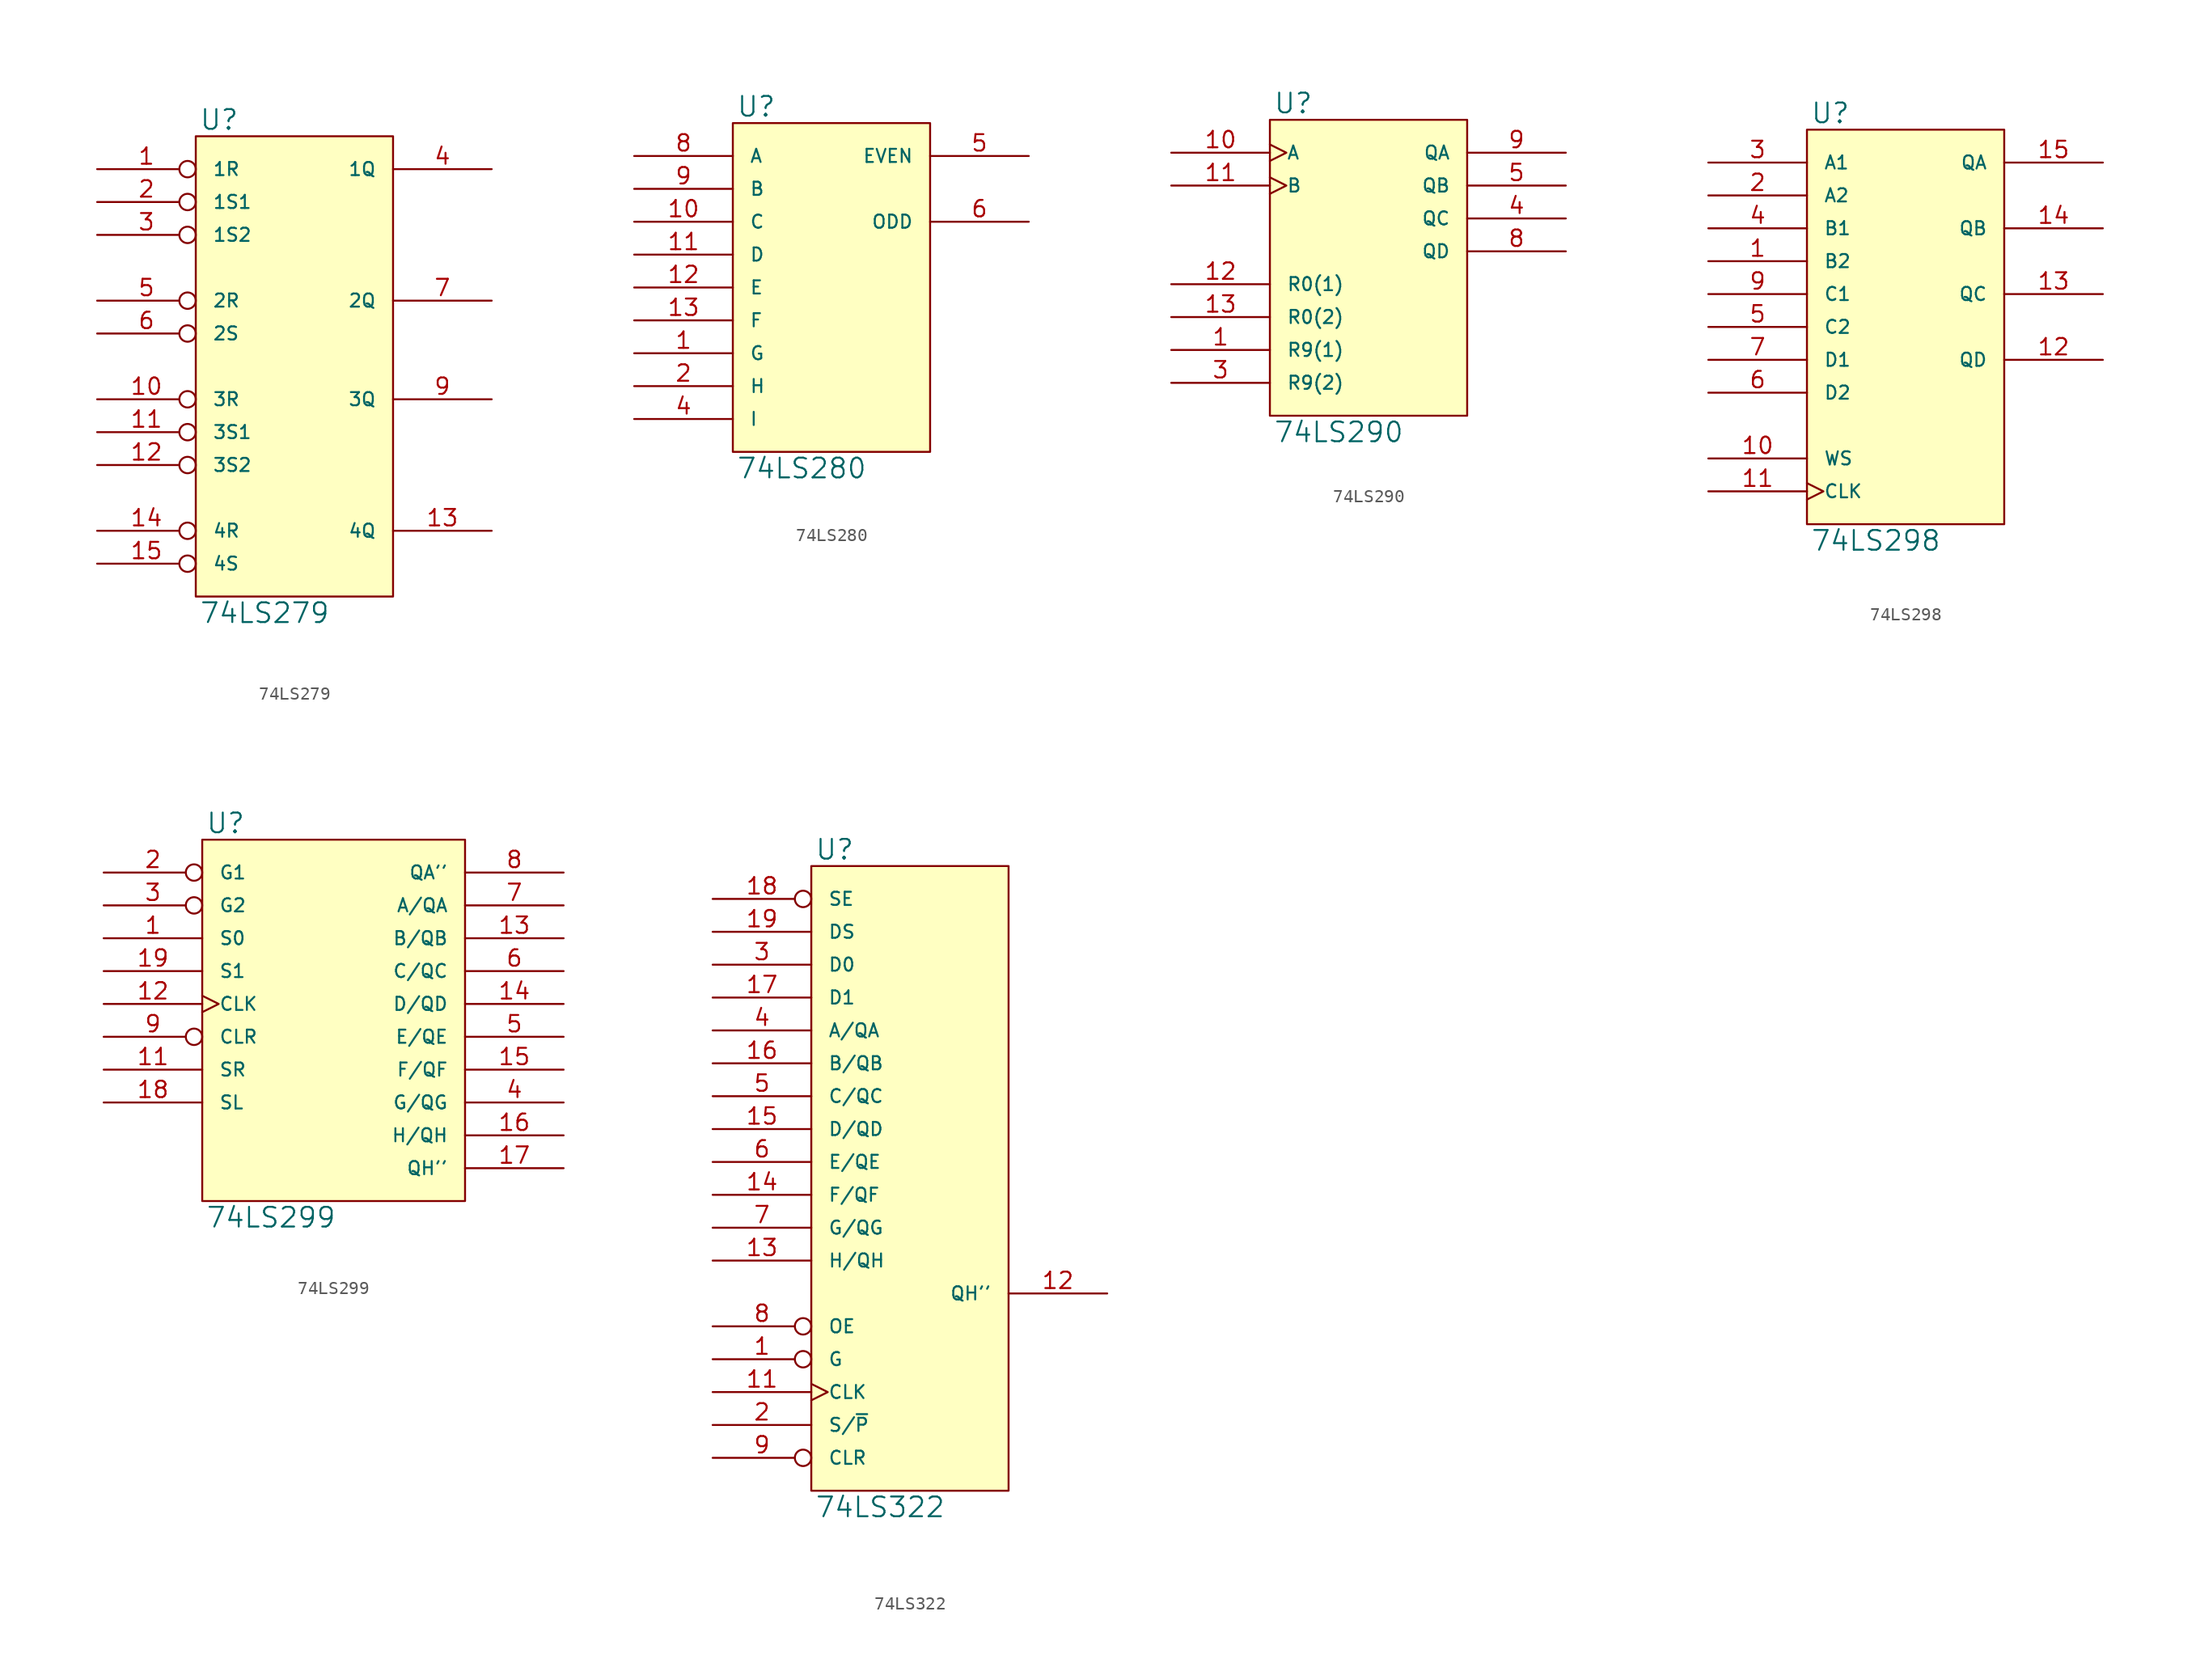
<source format=kicad_sym>
(kicad_symbol_lib
  (version 20231120)
  (generator "kicad_symbol_editor")
  (generator_version "8.0")
  (symbol "74LS279"
    (pin_names
      (offset 1.27))
    (property "Reference" "U"
      (at 0.254 0.381 0)
      (effects (font (size 1.524 1.524)) (justify left bottom)))
    (property "Value" "74LS279"
      (at 0.254 -35.941 0)
      (effects (font (size 1.524 1.524)) (justify left top)))
    (symbol "74LS279_0_1"
      (rectangle (start 0 0) (end 15.24 -35.56) (stroke (width 0) (type solid)) (fill (type background))))
    (symbol "74LS279_1_1"
      (pin input inverted (at -7.62 -2.54 0) (length 7.62) (name "1R" (effects (font (size 1.016 1.016)))) (number "1" (effects (font (size 1.27 1.27)))))
      (pin input inverted (at -7.62 -20.32 0) (length 7.62) (name "3R" (effects (font (size 1.016 1.016)))) (number "10" (effects (font (size 1.27 1.27)))))
      (pin input inverted (at -7.62 -22.86 0) (length 7.62) (name "3S1" (effects (font (size 1.016 1.016)))) (number "11" (effects (font (size 1.27 1.27)))))
      (pin input inverted (at -7.62 -25.4 0) (length 7.62) (name "3S2" (effects (font (size 1.016 1.016)))) (number "12" (effects (font (size 1.27 1.27)))))
      (pin output line (at 22.86 -30.48 180) (length 7.62) (name "4Q" (effects (font (size 1.016 1.016)))) (number "13" (effects (font (size 1.27 1.27)))))
      (pin input inverted (at -7.62 -30.48 0) (length 7.62) (name "4R" (effects (font (size 1.016 1.016)))) (number "14" (effects (font (size 1.27 1.27)))))
      (pin input inverted (at -7.62 -33.02 0) (length 7.62) (name "4S" (effects (font (size 1.016 1.016)))) (number "15" (effects (font (size 1.27 1.27)))))
      (pin power_in line (at 0 0 270) (length 0) hide (name "VCC" (effects (font (size 1.016 1.016)))) (number "16" (effects (font (size 1.27 1.27)))))
      (pin input inverted (at -7.62 -5.08 0) (length 7.62) (name "1S1" (effects (font (size 1.016 1.016)))) (number "2" (effects (font (size 1.27 1.27)))))
      (pin input inverted (at -7.62 -7.62 0) (length 7.62) (name "1S2" (effects (font (size 1.016 1.016)))) (number "3" (effects (font (size 1.27 1.27)))))
      (pin output line (at 22.86 -2.54 180) (length 7.62) (name "1Q" (effects (font (size 1.016 1.016)))) (number "4" (effects (font (size 1.27 1.27)))))
      (pin input inverted (at -7.62 -12.7 0) (length 7.62) (name "2R" (effects (font (size 1.016 1.016)))) (number "5" (effects (font (size 1.27 1.27)))))
      (pin input inverted (at -7.62 -15.24 0) (length 7.62) (name "2S" (effects (font (size 1.016 1.016)))) (number "6" (effects (font (size 1.27 1.27)))))
      (pin output line (at 22.86 -12.7 180) (length 7.62) (name "2Q" (effects (font (size 1.016 1.016)))) (number "7" (effects (font (size 1.27 1.27)))))
      (pin power_in line (at 0 -35.56 90) (length 0) hide (name "GND" (effects (font (size 1.016 1.016)))) (number "8" (effects (font (size 1.27 1.27)))))
      (pin output line (at 22.86 -20.32 180) (length 7.62) (name "3Q" (effects (font (size 1.016 1.016)))) (number "9" (effects (font (size 1.27 1.27)))))))
  (symbol "74LS280"
    (pin_names
      (offset 1.27))
    (property "Reference" "U"
      (at 0.254 0.381 0)
      (effects (font (size 1.524 1.524)) (justify left bottom)))
    (property "Value" "74LS280"
      (at 0.254 -25.781 0)
      (effects (font (size 1.524 1.524)) (justify left top)))
    (symbol "74LS280_0_1"
      (rectangle (start 0 0) (end 15.24 -25.4) (stroke (width 0) (type solid)) (fill (type background))))
    (symbol "74LS280_1_1"
      (pin input line (at -7.62 -17.78 0) (length 7.62) (name "G" (effects (font (size 1.016 1.016)))) (number "1" (effects (font (size 1.27 1.27)))))
      (pin input line (at -7.62 -7.62 0) (length 7.62) (name "C" (effects (font (size 1.016 1.016)))) (number "10" (effects (font (size 1.27 1.27)))))
      (pin input line (at -7.62 -10.16 0) (length 7.62) (name "D" (effects (font (size 1.016 1.016)))) (number "11" (effects (font (size 1.27 1.27)))))
      (pin input line (at -7.62 -12.7 0) (length 7.62) (name "E" (effects (font (size 1.016 1.016)))) (number "12" (effects (font (size 1.27 1.27)))))
      (pin input line (at -7.62 -15.24 0) (length 7.62) (name "F" (effects (font (size 1.016 1.016)))) (number "13" (effects (font (size 1.27 1.27)))))
      (pin power_in line (at 0 0 270) (length 0) hide (name "VCC" (effects (font (size 1.016 1.016)))) (number "14" (effects (font (size 1.27 1.27)))))
      (pin input line (at -7.62 -20.32 0) (length 7.62) (name "H" (effects (font (size 1.016 1.016)))) (number "2" (effects (font (size 1.27 1.27)))))
      (pin input line (at -7.62 -22.86 0) (length 7.62) (name "I" (effects (font (size 1.016 1.016)))) (number "4" (effects (font (size 1.27 1.27)))))
      (pin output line (at 22.86 -2.54 180) (length 7.62) (name "EVEN" (effects (font (size 1.016 1.016)))) (number "5" (effects (font (size 1.27 1.27)))))
      (pin output line (at 22.86 -7.62 180) (length 7.62) (name "ODD" (effects (font (size 1.016 1.016)))) (number "6" (effects (font (size 1.27 1.27)))))
      (pin power_in line (at 0 -25.4 90) (length 0) hide (name "GND" (effects (font (size 1.016 1.016)))) (number "7" (effects (font (size 1.27 1.27)))))
      (pin input line (at -7.62 -2.54 0) (length 7.62) (name "A" (effects (font (size 1.016 1.016)))) (number "8" (effects (font (size 1.27 1.27)))))
      (pin input line (at -7.62 -5.08 0) (length 7.62) (name "B" (effects (font (size 1.016 1.016)))) (number "9" (effects (font (size 1.27 1.27)))))))
  (symbol "74LS290"
    (pin_names
      (offset 1.27))
    (property "Reference" "U"
      (at 0.254 0.381 0)
      (effects (font (size 1.524 1.524)) (justify left bottom)))
    (property "Value" "74LS290"
      (at 0.254 -23.241 0)
      (effects (font (size 1.524 1.524)) (justify left top)))
    (symbol "74LS290_0_1"
      (rectangle (start 0 0) (end 15.24 -22.86) (stroke (width 0) (type solid)) (fill (type background))))
    (symbol "74LS290_1_1"
      (pin input line (at -7.62 -17.78 0) (length 7.62) (name "R9(1)" (effects (font (size 1.016 1.016)))) (number "1" (effects (font (size 1.27 1.27)))))
      (pin input clock (at -7.62 -2.54 0) (length 7.62) (name "A" (effects (font (size 1.016 1.016)))) (number "10" (effects (font (size 1.27 1.27)))))
      (pin input clock (at -7.62 -5.08 0) (length 7.62) (name "B" (effects (font (size 1.016 1.016)))) (number "11" (effects (font (size 1.27 1.27)))))
      (pin input line (at -7.62 -12.7 0) (length 7.62) (name "R0(1)" (effects (font (size 1.016 1.016)))) (number "12" (effects (font (size 1.27 1.27)))))
      (pin input line (at -7.62 -15.24 0) (length 7.62) (name "R0(2)" (effects (font (size 1.016 1.016)))) (number "13" (effects (font (size 1.27 1.27)))))
      (pin power_in line (at 0 0 270) (length 0) hide (name "VCC" (effects (font (size 1.016 1.016)))) (number "14" (effects (font (size 1.27 1.27)))))
      (pin input line (at -7.62 -20.32 0) (length 7.62) (name "R9(2)" (effects (font (size 1.016 1.016)))) (number "3" (effects (font (size 1.27 1.27)))))
      (pin output line (at 22.86 -7.62 180) (length 7.62) (name "QC" (effects (font (size 1.016 1.016)))) (number "4" (effects (font (size 1.27 1.27)))))
      (pin output line (at 22.86 -5.08 180) (length 7.62) (name "QB" (effects (font (size 1.016 1.016)))) (number "5" (effects (font (size 1.27 1.27)))))
      (pin power_in line (at 0 -22.86 90) (length 0) hide (name "GND" (effects (font (size 1.016 1.016)))) (number "7" (effects (font (size 1.27 1.27)))))
      (pin output line (at 22.86 -10.16 180) (length 7.62) (name "QD" (effects (font (size 1.016 1.016)))) (number "8" (effects (font (size 1.27 1.27)))))
      (pin output line (at 22.86 -2.54 180) (length 7.62) (name "QA" (effects (font (size 1.016 1.016)))) (number "9" (effects (font (size 1.27 1.27)))))))
  (symbol "74LS298"
    (pin_names
      (offset 1.27))
    (property "Reference" "U"
      (at 0.254 0.381 0)
      (effects (font (size 1.524 1.524)) (justify left bottom)))
    (property "Value" "74LS298"
      (at 0.254 -30.861 0)
      (effects (font (size 1.524 1.524)) (justify left top)))
    (symbol "74LS298_0_1"
      (rectangle (start 0 0) (end 15.24 -30.48) (stroke (width 0) (type solid)) (fill (type background))))
    (symbol "74LS298_1_1"
      (pin input line (at -7.62 -10.16 0) (length 7.62) (name "B2" (effects (font (size 1.016 1.016)))) (number "1" (effects (font (size 1.27 1.27)))))
      (pin input line (at -7.62 -25.4 0) (length 7.62) (name "WS" (effects (font (size 1.016 1.016)))) (number "10" (effects (font (size 1.27 1.27)))))
      (pin input clock (at -7.62 -27.94 0) (length 7.62) (name "CLK" (effects (font (size 1.016 1.016)))) (number "11" (effects (font (size 1.27 1.27)))))
      (pin output line (at 22.86 -17.78 180) (length 7.62) (name "QD" (effects (font (size 1.016 1.016)))) (number "12" (effects (font (size 1.27 1.27)))))
      (pin output line (at 22.86 -12.7 180) (length 7.62) (name "QC" (effects (font (size 1.016 1.016)))) (number "13" (effects (font (size 1.27 1.27)))))
      (pin output line (at 22.86 -7.62 180) (length 7.62) (name "QB" (effects (font (size 1.016 1.016)))) (number "14" (effects (font (size 1.27 1.27)))))
      (pin output line (at 22.86 -2.54 180) (length 7.62) (name "QA" (effects (font (size 1.016 1.016)))) (number "15" (effects (font (size 1.27 1.27)))))
      (pin power_in line (at 0 0 270) (length 0) hide (name "VCC" (effects (font (size 1.016 1.016)))) (number "16" (effects (font (size 1.27 1.27)))))
      (pin input line (at -7.62 -5.08 0) (length 7.62) (name "A2" (effects (font (size 1.016 1.016)))) (number "2" (effects (font (size 1.27 1.27)))))
      (pin input line (at -7.62 -2.54 0) (length 7.62) (name "A1" (effects (font (size 1.016 1.016)))) (number "3" (effects (font (size 1.27 1.27)))))
      (pin input line (at -7.62 -7.62 0) (length 7.62) (name "B1" (effects (font (size 1.016 1.016)))) (number "4" (effects (font (size 1.27 1.27)))))
      (pin input line (at -7.62 -15.24 0) (length 7.62) (name "C2" (effects (font (size 1.016 1.016)))) (number "5" (effects (font (size 1.27 1.27)))))
      (pin input line (at -7.62 -20.32 0) (length 7.62) (name "D2" (effects (font (size 1.016 1.016)))) (number "6" (effects (font (size 1.27 1.27)))))
      (pin input line (at -7.62 -17.78 0) (length 7.62) (name "D1" (effects (font (size 1.016 1.016)))) (number "7" (effects (font (size 1.27 1.27)))))
      (pin power_in line (at 0 -30.48 90) (length 0) hide (name "GND" (effects (font (size 1.016 1.016)))) (number "8" (effects (font (size 1.27 1.27)))))
      (pin input line (at -7.62 -12.7 0) (length 7.62) (name "C1" (effects (font (size 1.016 1.016)))) (number "9" (effects (font (size 1.27 1.27)))))))
  (symbol "74LS299"
    (pin_names
      (offset 1.27))
    (property "Reference" "U"
      (at 0.254 0.381 0)
      (effects (font (size 1.524 1.524)) (justify left bottom)))
    (property "Value" "74LS299"
      (at 0.254 -28.321 0)
      (effects (font (size 1.524 1.524)) (justify left top)))
    (symbol "74LS299_0_1"
      (rectangle (start 0 0) (end 20.32 -27.94) (stroke (width 0) (type solid)) (fill (type background))))
    (symbol "74LS299_1_1"
      (pin input line (at -7.62 -7.62 0) (length 7.62) (name "S0" (effects (font (size 1.016 1.016)))) (number "1" (effects (font (size 1.27 1.27)))))
      (pin power_in line (at 0 -27.94 90) (length 0) hide (name "GND" (effects (font (size 1.016 1.016)))) (number "10" (effects (font (size 1.27 1.27)))))
      (pin input line (at -7.62 -17.78 0) (length 7.62) (name "SR" (effects (font (size 1.016 1.016)))) (number "11" (effects (font (size 1.27 1.27)))))
      (pin input clock (at -7.62 -12.7 0) (length 7.62) (name "CLK" (effects (font (size 1.016 1.016)))) (number "12" (effects (font (size 1.27 1.27)))))
      (pin bidirectional line (at 27.94 -7.62 180) (length 7.62) (name "B/QB" (effects (font (size 1.016 1.016)))) (number "13" (effects (font (size 1.27 1.27)))))
      (pin bidirectional line (at 27.94 -12.7 180) (length 7.62) (name "D/QD" (effects (font (size 1.016 1.016)))) (number "14" (effects (font (size 1.27 1.27)))))
      (pin bidirectional line (at 27.94 -17.78 180) (length 7.62) (name "F/QF" (effects (font (size 1.016 1.016)))) (number "15" (effects (font (size 1.27 1.27)))))
      (pin bidirectional line (at 27.94 -22.86 180) (length 7.62) (name "H/QH" (effects (font (size 1.016 1.016)))) (number "16" (effects (font (size 1.27 1.27)))))
      (pin output line (at 27.94 -25.4 180) (length 7.62) (name "QH''" (effects (font (size 1.016 1.016)))) (number "17" (effects (font (size 1.27 1.27)))))
      (pin input line (at -7.62 -20.32 0) (length 7.62) (name "SL" (effects (font (size 1.016 1.016)))) (number "18" (effects (font (size 1.27 1.27)))))
      (pin input line (at -7.62 -10.16 0) (length 7.62) (name "S1" (effects (font (size 1.016 1.016)))) (number "19" (effects (font (size 1.27 1.27)))))
      (pin input inverted (at -7.62 -2.54 0) (length 7.62) (name "G1" (effects (font (size 1.016 1.016)))) (number "2" (effects (font (size 1.27 1.27)))))
      (pin power_in line (at 0 0 270) (length 0) hide (name "VCC" (effects (font (size 1.016 1.016)))) (number "20" (effects (font (size 1.27 1.27)))))
      (pin input inverted (at -7.62 -5.08 0) (length 7.62) (name "G2" (effects (font (size 1.016 1.016)))) (number "3" (effects (font (size 1.27 1.27)))))
      (pin bidirectional line (at 27.94 -20.32 180) (length 7.62) (name "G/QG" (effects (font (size 1.016 1.016)))) (number "4" (effects (font (size 1.27 1.27)))))
      (pin bidirectional line (at 27.94 -15.24 180) (length 7.62) (name "E/QE" (effects (font (size 1.016 1.016)))) (number "5" (effects (font (size 1.27 1.27)))))
      (pin bidirectional line (at 27.94 -10.16 180) (length 7.62) (name "C/QC" (effects (font (size 1.016 1.016)))) (number "6" (effects (font (size 1.27 1.27)))))
      (pin bidirectional line (at 27.94 -5.08 180) (length 7.62) (name "A/QA" (effects (font (size 1.016 1.016)))) (number "7" (effects (font (size 1.27 1.27)))))
      (pin output line (at 27.94 -2.54 180) (length 7.62) (name "QA''" (effects (font (size 1.016 1.016)))) (number "8" (effects (font (size 1.27 1.27)))))
      (pin input inverted (at -7.62 -15.24 0) (length 7.62) (name "CLR" (effects (font (size 1.016 1.016)))) (number "9" (effects (font (size 1.27 1.27)))))))
  (symbol "74LS322"
    (pin_names
      (offset 1.27))
    (property "Reference" "U"
      (at 0.254 0.381 0)
      (effects (font (size 1.524 1.524)) (justify left bottom)))
    (property "Value" "74LS322"
      (at 0.254 -48.641 0)
      (effects (font (size 1.524 1.524)) (justify left top)))
    (symbol "74LS322_0_1"
      (rectangle (start 0 0) (end 15.24 -48.26) (stroke (width 0) (type solid)) (fill (type background))))
    (symbol "74LS322_1_1"
      (pin input inverted (at -7.62 -38.1 0) (length 7.62) (name "G" (effects (font (size 1.016 1.016)))) (number "1" (effects (font (size 1.27 1.27)))))
      (pin power_in line (at 0 -48.26 90) (length 0) hide (name "GND" (effects (font (size 1.016 1.016)))) (number "10" (effects (font (size 1.27 1.27)))))
      (pin input clock (at -7.62 -40.64 0) (length 7.62) (name "CLK" (effects (font (size 1.016 1.016)))) (number "11" (effects (font (size 1.27 1.27)))))
      (pin tri_state line (at 22.86 -33.02 180) (length 7.62) (name "QH''" (effects (font (size 1.016 1.016)))) (number "12" (effects (font (size 1.27 1.27)))))
      (pin bidirectional line (at -7.62 -30.48 0) (length 7.62) (name "H/QH" (effects (font (size 1.016 1.016)))) (number "13" (effects (font (size 1.27 1.27)))))
      (pin bidirectional line (at -7.62 -25.4 0) (length 7.62) (name "F/QF" (effects (font (size 1.016 1.016)))) (number "14" (effects (font (size 1.27 1.27)))))
      (pin input line (at -7.62 -20.32 0) (length 7.62) (name "D/QD" (effects (font (size 1.016 1.016)))) (number "15" (effects (font (size 1.27 1.27)))))
      (pin bidirectional line (at -7.62 -15.24 0) (length 7.62) (name "B/QB" (effects (font (size 1.016 1.016)))) (number "16" (effects (font (size 1.27 1.27)))))
      (pin input line (at -7.62 -10.16 0) (length 7.62) (name "D1" (effects (font (size 1.016 1.016)))) (number "17" (effects (font (size 1.27 1.27)))))
      (pin input inverted (at -7.62 -2.54 0) (length 7.62) (name "SE" (effects (font (size 1.016 1.016)))) (number "18" (effects (font (size 1.27 1.27)))))
      (pin input line (at -7.62 -5.08 0) (length 7.62) (name "DS" (effects (font (size 1.016 1.016)))) (number "19" (effects (font (size 1.27 1.27)))))
      (pin input line (at -7.62 -43.18 0) (length 7.62) (name "S/~{P}" (effects (font (size 1.016 1.016)))) (number "2" (effects (font (size 1.27 1.27)))))
      (pin power_in line (at 0 0 270) (length 0) hide (name "VCC" (effects (font (size 1.016 1.016)))) (number "20" (effects (font (size 1.27 1.27)))))
      (pin input line (at -7.62 -7.62 0) (length 7.62) (name "D0" (effects (font (size 1.016 1.016)))) (number "3" (effects (font (size 1.27 1.27)))))
      (pin bidirectional line (at -7.62 -12.7 0) (length 7.62) (name "A/QA" (effects (font (size 1.016 1.016)))) (number "4" (effects (font (size 1.27 1.27)))))
      (pin input line (at -7.62 -17.78 0) (length 7.62) (name "C/QC" (effects (font (size 1.016 1.016)))) (number "5" (effects (font (size 1.27 1.27)))))
      (pin input line (at -7.62 -22.86 0) (length 7.62) (name "E/QE" (effects (font (size 1.016 1.016)))) (number "6" (effects (font (size 1.27 1.27)))))
      (pin bidirectional line (at -7.62 -27.94 0) (length 7.62) (name "G/QG" (effects (font (size 1.016 1.016)))) (number "7" (effects (font (size 1.27 1.27)))))
      (pin input inverted (at -7.62 -35.56 0) (length 7.62) (name "OE" (effects (font (size 1.016 1.016)))) (number "8" (effects (font (size 1.27 1.27)))))
      (pin input inverted (at -7.62 -45.72 0) (length 7.62) (name "CLR" (effects (font (size 1.016 1.016)))) (number "9" (effects (font (size 1.27 1.27))))))))
</source>
